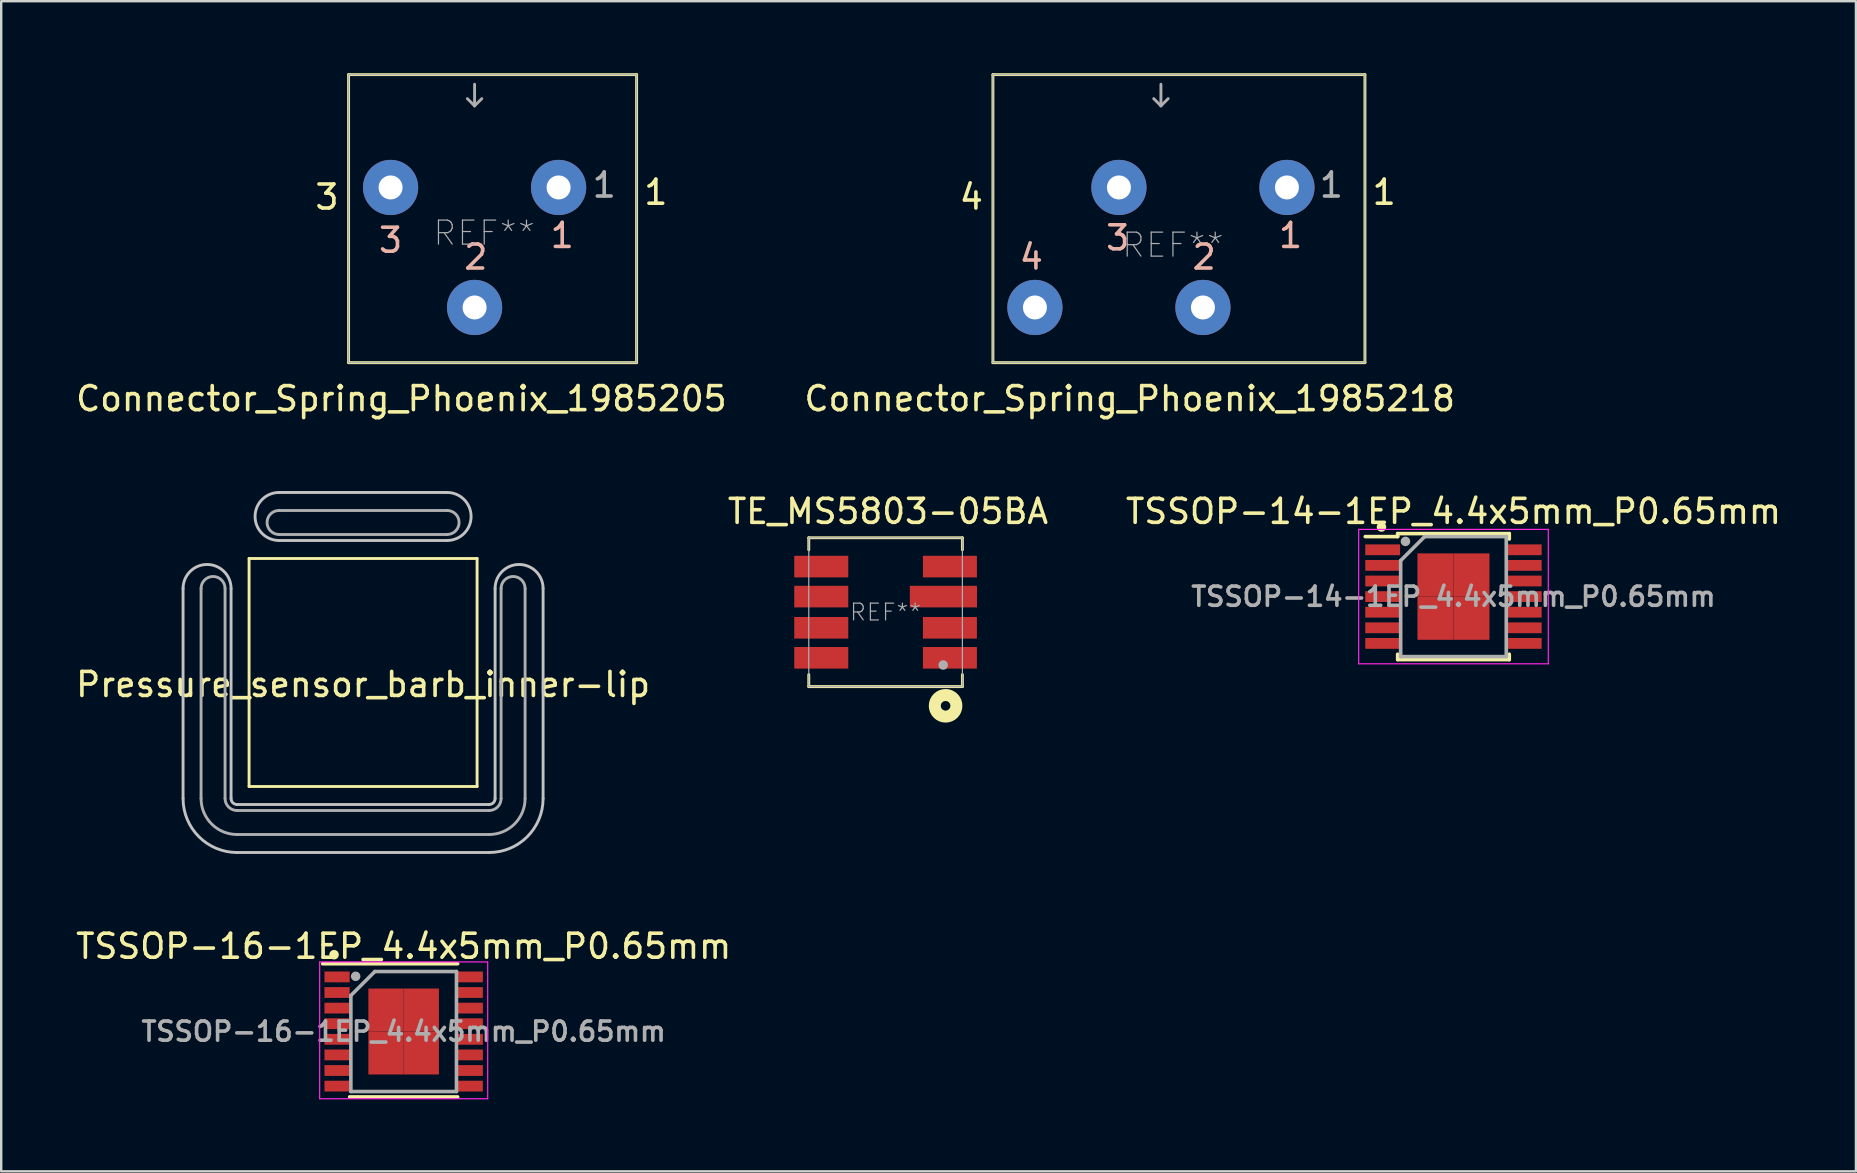
<source format=kicad_pcb>
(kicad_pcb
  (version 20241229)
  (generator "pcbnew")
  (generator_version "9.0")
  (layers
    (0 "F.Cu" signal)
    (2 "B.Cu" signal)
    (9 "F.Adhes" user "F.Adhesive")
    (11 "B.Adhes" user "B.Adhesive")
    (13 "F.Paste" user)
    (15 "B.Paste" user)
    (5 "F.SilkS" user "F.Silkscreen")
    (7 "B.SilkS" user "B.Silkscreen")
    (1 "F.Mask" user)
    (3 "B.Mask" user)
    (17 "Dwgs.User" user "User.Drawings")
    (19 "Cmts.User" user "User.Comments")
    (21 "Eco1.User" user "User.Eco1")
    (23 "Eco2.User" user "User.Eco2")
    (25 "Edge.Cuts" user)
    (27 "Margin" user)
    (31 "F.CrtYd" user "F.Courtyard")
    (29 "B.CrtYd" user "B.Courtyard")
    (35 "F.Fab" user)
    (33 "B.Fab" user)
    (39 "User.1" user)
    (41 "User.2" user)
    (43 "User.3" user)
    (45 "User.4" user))
  (footprint "TE_MS5803-05BA"
    (layer "F.Cu")
    (at 33.846 22.456)
    (property "Reference" "TE_MS5803-05BA" (at 0.1 -4.2 0) (layer "F.SilkS") (effects (font (size 1 1) (thickness 0.15))))
    (attr smd)
    (fp_line (start -3.2 -3.1) (end 3.2 -3.1) (stroke (width 0.12) (type solid)) (layer "F.SilkS"))
    (fp_line (start -3.2 -2.6) (end -3.2 -3.1) (stroke (width 0.12) (type solid)) (layer "F.SilkS"))
    (fp_line (start -3.2 3.1) (end -3.2 2.6) (stroke (width 0.12) (type solid)) (layer "F.SilkS"))
    (fp_line (start -3.2 3.1) (end 3.2 3.1) (stroke (width 0.12) (type solid)) (layer "F.SilkS"))
    (fp_line (start 3.2 -3.1) (end 3.2 -2.6) (stroke (width 0.12) (type solid)) (layer "F.SilkS"))
    (fp_line (start 3.2 3.1) (end 3.2 2.6) (stroke (width 0.12) (type solid)) (layer "F.SilkS"))
    (fp_circle (center 2.5 3.9) (end 2.7 3.9) (stroke (width 0.5) (type solid)) (fill no) (layer "F.SilkS"))
    (fp_line (start -3.2 -3.1) (end 3.2 -3.1) (stroke (width 0.05) (type solid)) (layer "F.Fab"))
    (fp_line (start -3.2 3.1) (end -3.2 -3.1) (stroke (width 0.05) (type solid)) (layer "F.Fab"))
    (fp_line (start 3.2 -3.1) (end 3.2 3.1) (stroke (width 0.05) (type solid)) (layer "F.Fab"))
    (fp_line (start 3.2 3.1) (end -3.2 3.1) (stroke (width 0.05) (type solid)) (layer "F.Fab"))
    (fp_circle (center 2.4 2.2) (end 2.5 2.2) (stroke (width 0.2) (type solid)) (fill no) (layer "F.Fab"))
    (fp_text user "REF**" (at 0 0 0) (layer "F.Fab") (effects (font (size 0.7 0.7) (thickness 0.05))))
    (pad "1" smd rect (at 2.68 1.9) (size 2.25 0.9) (layers "F.Cu" "F.Mask" "F.Paste"))
    (pad "2" smd rect (at 2.68 0.65) (size 2.25 0.9) (layers "F.Cu" "F.Mask" "F.Paste"))
    (pad "3" smd rect (at 2.41 -0.65) (size 2.8 0.9) (layers "F.Cu" "F.Mask" "F.Paste"))
    (pad "4" smd rect (at 2.68 -1.9) (size 2.25 0.9) (layers "F.Cu" "F.Mask" "F.Paste"))
    (pad "5" smd rect (at -2.68 -1.9) (size 2.25 0.9) (layers "F.Cu" "F.Mask" "F.Paste"))
    (pad "6" smd rect (at -2.68 -0.65) (size 2.25 0.9) (layers "F.Cu" "F.Mask" "F.Paste"))
    (pad "7" smd rect (at -2.68 0.65) (size 2.25 0.9) (layers "F.Cu" "F.Mask" "F.Paste"))
    (pad "8" smd rect (at -2.68 1.9) (size 2.25 0.9) (layers "F.Cu" "F.Mask" "F.Paste")))
  (footprint "TSSOP-16-1EP_4.4x5mm_P0.65mm"
    (layer "F.Cu")
    (at 13.768 39.926)
    (property "Reference" "TSSOP-16-1EP_4.4x5mm_P0.65mm" (at 0 -3.55 0) (layer "F.SilkS") (effects (font (size 1 1) (thickness 0.15))))
    (attr smd)
    (fp_line (start -3.375 -2.825) (end 2.25 -2.825) (stroke (width 0.15) (type solid)) (layer "F.SilkS"))
    (fp_line (start -2.25 2.725) (end 2.25 2.725) (stroke (width 0.15) (type solid)) (layer "F.SilkS"))
    (fp_circle (center -2.9 -3.2) (end -2.8 -3.2) (stroke (width 0.2) (type solid)) (fill no) (layer "F.SilkS"))
    (fp_line (start -3.5 -2.9) (end -3.5 2.8) (stroke (width 0.05) (type solid)) (layer "F.CrtYd"))
    (fp_line (start -3.5 -2.9) (end 3.5 -2.9) (stroke (width 0.05) (type solid)) (layer "F.CrtYd"))
    (fp_line (start -3.5 2.8) (end 3.5 2.8) (stroke (width 0.05) (type solid)) (layer "F.CrtYd"))
    (fp_line (start 3.5 -2.9) (end 3.5 2.8) (stroke (width 0.05) (type solid)) (layer "F.CrtYd"))
    (fp_line (start -2.2 -1.5) (end -1.2 -2.5) (stroke (width 0.15) (type solid)) (layer "F.Fab"))
    (fp_line (start -2.2 2.5) (end -2.2 -1.5) (stroke (width 0.15) (type solid)) (layer "F.Fab"))
    (fp_line (start -1.2 -2.5) (end 2.2 -2.5) (stroke (width 0.15) (type solid)) (layer "F.Fab"))
    (fp_line (start 2.2 -2.5) (end 2.2 2.5) (stroke (width 0.15) (type solid)) (layer "F.Fab"))
    (fp_line (start 2.2 2.5) (end -2.2 2.5) (stroke (width 0.15) (type solid)) (layer "F.Fab"))
    (fp_circle (center -2 -2.3) (end -1.9 -2.3) (stroke (width 0.2) (type solid)) (fill no) (layer "F.Fab"))
    (fp_text user "${REFERENCE}" (at 0 0 0) (layer "F.Fab") (effects (font (size 0.8 0.8) (thickness 0.15))))
    (pad "1" smd rect (at -2.775 -2.275) (size 1.05 0.45) (layers "F.Cu" "F.Mask" "F.Paste"))
    (pad "2" smd rect (at -2.775 -1.625) (size 1.05 0.45) (layers "F.Cu" "F.Mask" "F.Paste"))
    (pad "3" smd rect (at -2.775 -0.975) (size 1.05 0.45) (layers "F.Cu" "F.Mask" "F.Paste"))
    (pad "4" smd rect (at -2.775 -0.325) (size 1.05 0.45) (layers "F.Cu" "F.Mask" "F.Paste"))
    (pad "5" smd rect (at -2.775 0.325) (size 1.05 0.45) (layers "F.Cu" "F.Mask" "F.Paste"))
    (pad "6" smd rect (at -2.775 0.975) (size 1.05 0.45) (layers "F.Cu" "F.Mask" "F.Paste"))
    (pad "7" smd rect (at -2.775 1.625) (size 1.05 0.45) (layers "F.Cu" "F.Mask" "F.Paste"))
    (pad "8" smd rect (at -2.775 2.275) (size 1.05 0.45) (layers "F.Cu" "F.Mask" "F.Paste"))
    (pad "9" smd rect (at 2.775 2.275) (size 1.05 0.45) (layers "F.Cu" "F.Mask" "F.Paste"))
    (pad "10" smd rect (at 2.775 1.625) (size 1.05 0.45) (layers "F.Cu" "F.Mask" "F.Paste"))
    (pad "11" smd rect (at 2.775 0.975) (size 1.05 0.45) (layers "F.Cu" "F.Mask" "F.Paste"))
    (pad "12" smd rect (at 2.775 0.325) (size 1.05 0.45) (layers "F.Cu" "F.Mask" "F.Paste"))
    (pad "13" smd rect (at 2.775 -0.325) (size 1.05 0.45) (layers "F.Cu" "F.Mask" "F.Paste"))
    (pad "14" smd rect (at 2.775 -0.975) (size 1.05 0.45) (layers "F.Cu" "F.Mask" "F.Paste"))
    (pad "15" smd rect (at 2.775 -1.625) (size 1.05 0.45) (layers "F.Cu" "F.Mask" "F.Paste"))
    (pad "16" smd rect (at 2.775 -2.275) (size 1.05 0.45) (layers "F.Cu" "F.Mask" "F.Paste"))
    (pad "17" smd rect (at -0.735 -1.343) (size 1.47 0.895) (layers "F.Cu" "F.Mask" "F.Paste"))
    (pad "17" smd rect (at -0.735 -0.448) (size 1.47 0.895) (layers "F.Cu" "F.Mask" "F.Paste"))
    (pad "17" smd rect (at -0.735 0.448) (size 1.47 0.895) (layers "F.Cu" "F.Mask" "F.Paste"))
    (pad "17" smd rect (at -0.735 1.343) (size 1.47 0.895) (layers "F.Cu" "F.Mask" "F.Paste"))
    (pad "17" smd rect (at 0.735 -1.343) (size 1.47 0.895) (layers "F.Cu" "F.Mask" "F.Paste"))
    (pad "17" smd rect (at 0.735 -0.448) (size 1.47 0.895) (layers "F.Cu" "F.Mask" "F.Paste"))
    (pad "17" smd rect (at 0.735 0.448) (size 1.47 0.895) (layers "F.Cu" "F.Mask" "F.Paste"))
    (pad "17" smd rect (at 0.735 1.343) (size 1.47 0.895) (layers "F.Cu" "F.Mask" "F.Paste")))
  (footprint "TSSOP-14-1EP_4.4x5mm_P0.65mm"
    (layer "F.Cu")
    (at 57.506 21.806)
    (property "Reference" "TSSOP-14-1EP_4.4x5mm_P0.65mm" (at 0 -3.55 0) (layer "F.SilkS") (effects (font (size 1 1) (thickness 0.15))))
    (attr smd)
    (fp_line (start -2.325 -2.625) (end -2.325 -2.5) (stroke (width 0.15) (type solid)) (layer "F.SilkS"))
    (fp_line (start -2.325 -2.625) (end 2.325 -2.625) (stroke (width 0.15) (type solid)) (layer "F.SilkS"))
    (fp_line (start -2.325 -2.5) (end -3.675 -2.5) (stroke (width 0.15) (type solid)) (layer "F.SilkS"))
    (fp_line (start -2.325 2.625) (end -2.325 2.4) (stroke (width 0.15) (type solid)) (layer "F.SilkS"))
    (fp_line (start -2.325 2.625) (end 2.325 2.625) (stroke (width 0.15) (type solid)) (layer "F.SilkS"))
    (fp_line (start 2.325 -2.625) (end 2.325 -2.4) (stroke (width 0.15) (type solid)) (layer "F.SilkS"))
    (fp_line (start 2.325 2.625) (end 2.325 2.4) (stroke (width 0.15) (type solid)) (layer "F.SilkS"))
    (fp_circle (center -3 -2.9) (end -2.9 -2.9) (stroke (width 0.2) (type solid)) (fill no) (layer "F.SilkS"))
    (fp_line (start -3.95 -2.8) (end -3.95 2.8) (stroke (width 0.05) (type solid)) (layer "F.CrtYd"))
    (fp_line (start -3.95 -2.8) (end 3.95 -2.8) (stroke (width 0.05) (type solid)) (layer "F.CrtYd"))
    (fp_line (start -3.95 2.8) (end 3.95 2.8) (stroke (width 0.05) (type solid)) (layer "F.CrtYd"))
    (fp_line (start 3.95 -2.8) (end 3.95 2.8) (stroke (width 0.05) (type solid)) (layer "F.CrtYd"))
    (fp_line (start -2.2 -1.5) (end -1.2 -2.5) (stroke (width 0.15) (type solid)) (layer "F.Fab"))
    (fp_line (start -2.2 2.5) (end -2.2 -1.5) (stroke (width 0.15) (type solid)) (layer "F.Fab"))
    (fp_line (start -1.2 -2.5) (end 2.2 -2.5) (stroke (width 0.15) (type solid)) (layer "F.Fab"))
    (fp_line (start 2.2 -2.5) (end 2.2 2.5) (stroke (width 0.15) (type solid)) (layer "F.Fab"))
    (fp_line (start 2.2 2.5) (end -2.2 2.5) (stroke (width 0.15) (type solid)) (layer "F.Fab"))
    (fp_circle (center -2 -2.3) (end -1.9 -2.3) (stroke (width 0.2) (type solid)) (fill no) (layer "F.Fab"))
    (fp_text user "${REFERENCE}" (at 0 0 0) (layer "F.Fab") (effects (font (size 0.8 0.8) (thickness 0.15))))
    (pad "1" smd rect (at -2.95 -1.95) (size 1.45 0.45) (layers "F.Cu" "F.Mask" "F.Paste"))
    (pad "2" smd rect (at -2.95 -1.3) (size 1.45 0.45) (layers "F.Cu" "F.Mask" "F.Paste"))
    (pad "3" smd rect (at -2.95 -0.65) (size 1.45 0.45) (layers "F.Cu" "F.Mask" "F.Paste"))
    (pad "4" smd rect (at -2.95 0) (size 1.45 0.45) (layers "F.Cu" "F.Mask" "F.Paste"))
    (pad "5" smd rect (at -2.95 0.65) (size 1.45 0.45) (layers "F.Cu" "F.Mask" "F.Paste"))
    (pad "6" smd rect (at -2.95 1.3) (size 1.45 0.45) (layers "F.Cu" "F.Mask" "F.Paste"))
    (pad "7" smd rect (at -2.95 1.95) (size 1.45 0.45) (layers "F.Cu" "F.Mask" "F.Paste"))
    (pad "8" smd rect (at 2.95 1.95) (size 1.45 0.45) (layers "F.Cu" "F.Mask" "F.Paste"))
    (pad "9" smd rect (at 2.95 1.3) (size 1.45 0.45) (layers "F.Cu" "F.Mask" "F.Paste"))
    (pad "10" smd rect (at 2.95 0.65) (size 1.45 0.45) (layers "F.Cu" "F.Mask" "F.Paste"))
    (pad "11" smd rect (at 2.95 0) (size 1.45 0.45) (layers "F.Cu" "F.Mask" "F.Paste"))
    (pad "12" smd rect (at 2.95 -0.65) (size 1.45 0.45) (layers "F.Cu" "F.Mask" "F.Paste"))
    (pad "13" smd rect (at 2.95 -1.3) (size 1.45 0.45) (layers "F.Cu" "F.Mask" "F.Paste"))
    (pad "14" smd rect (at 2.95 -1.95) (size 1.45 0.45) (layers "F.Cu" "F.Mask" "F.Paste"))
    (pad "15" smd rect (at -0.75 -0.9) (size 1.5 1.8) (layers "F.Cu" "F.Mask" "F.Paste"))
    (pad "15" smd rect (at -0.75 0.9) (size 1.5 1.8) (layers "F.Cu" "F.Mask" "F.Paste"))
    (pad "15" smd rect (at 0.75 -0.9) (size 1.5 1.8) (layers "F.Cu" "F.Mask" "F.Paste"))
    (pad "15" smd rect (at 0.75 0.9) (size 1.5 1.8) (layers "F.Cu" "F.Mask" "F.Paste")))
  (footprint "Connector_Spring_Phoenix_1985205"
    (layer "F.Cu")
    (at 16.723 4.76)
    (property "Reference" "Connector_Spring_Phoenix_1985205" (at -3.05 8.8 0) (layer "F.SilkS") (effects (font (size 1 1) (thickness 0.15))))
    (attr through_hole)
    (fp_line (start -5.25 -4.7) (end 6.75 -4.7) (stroke (width 0.12) (type solid)) (layer "F.SilkS"))
    (fp_line (start -5.25 7.3) (end -5.25 -4.7) (stroke (width 0.12) (type solid)) (layer "F.SilkS"))
    (fp_line (start 6.75 -4.7) (end 6.75 7.3) (stroke (width 0.12) (type solid)) (layer "F.SilkS"))
    (fp_line (start 6.75 7.3) (end -5.25 7.3) (stroke (width 0.12) (type solid)) (layer "F.SilkS"))
    (fp_line (start -5.25 -4.7) (end -5.25 7.3) (stroke (width 0.05) (type solid)) (layer "F.Fab"))
    (fp_line (start -5.25 -4.7) (end 6.75 -4.7) (stroke (width 0.05) (type solid)) (layer "F.Fab"))
    (fp_line (start -5.25 7.3) (end 6.75 7.3) (stroke (width 0.05) (type solid)) (layer "F.Fab"))
    (fp_line (start 0 -4.3) (end 0 -3.4) (stroke (width 0.12) (type solid)) (layer "F.Fab"))
    (fp_line (start 0 -3.4) (end -0.3 -3.7) (stroke (width 0.12) (type solid)) (layer "F.Fab"))
    (fp_line (start 0 -3.4) (end 0.3 -3.7) (stroke (width 0.12) (type solid)) (layer "F.Fab"))
    (fp_line (start 6.75 7.3) (end 6.75 -4.7) (stroke (width 0.05) (type solid)) (layer "F.Fab"))
    (fp_text user "1" (at 7.55 0.2 0) (layer "F.SilkS") (effects (font (size 1 1) (thickness 0.15))))
    (fp_text user "3" (at -6.15 0.4 0) (layer "F.SilkS") (effects (font (size 1 1) (thickness 0.15))))
    (fp_text user "3" (at -3.5 2.2 0) (layer "B.SilkS") (effects (font (size 1 1) (thickness 0.15))))
    (fp_text user "1" (at 3.65 2 0) (layer "B.SilkS") (effects (font (size 1 1) (thickness 0.15))))
    (fp_text user "2" (at 0.05 2.9 0) (layer "B.SilkS") (effects (font (size 1 1) (thickness 0.15))))
    (fp_text user "1" (at 5.4 -0.1 0) (layer "F.Fab") (effects (font (size 1 1) (thickness 0.15))))
    (fp_text user "REF**" (at 0.4 1.9 0) (layer "F.Fab") (effects (font (size 1 1) (thickness 0.05))))
    (pad "1" thru_hole circle (at 3.5 0) (size 2.3 2.3) (drill 1) (layers "*.Cu" "*.Mask"))
    (pad "2" thru_hole circle (at 0 5) (size 2.3 2.3) (drill 1) (layers "*.Cu" "*.Mask"))
    (pad "3" thru_hole circle (at -3.5 0) (size 2.3 2.3) (drill 1) (layers "*.Cu" "*.Mask")))
  (footprint "Pressure_sensor_barb_inner-lip"
    (layer "F.Cu")
    (at 12.077 24.968)
    (property "Reference" "Pressure_sensor_barb_inner-lip" (at 0 0.5 0) (layer "F.SilkS") (effects (font (size 1 1) (thickness 0.15))))
    (attr exclude_from_pos_files exclude_from_bom)
    (fp_line (start -4.75 -4.75) (end 4.75 -4.75) (stroke (width 0.12) (type solid)) (layer "F.SilkS"))
    (fp_line (start -4.75 4.75) (end -4.75 -4.75) (stroke (width 0.12) (type solid)) (layer "F.SilkS"))
    (fp_line (start -4.75 4.75) (end 4.75 4.75) (stroke (width 0.12) (type solid)) (layer "F.SilkS"))
    (fp_line (start 4.75 4.75) (end 4.75 -4.75) (stroke (width 0.12) (type solid)) (layer "F.SilkS"))
    (fp_line (start -7.5 -3.5) (end -7.5 5.25) (stroke (width 0.12) (type solid)) (layer "Dwgs.User"))
    (fp_line (start -5.5 5.25) (end -5.5 -3.5) (stroke (width 0.12) (type solid)) (layer "Dwgs.User"))
    (fp_line (start -5.25 5.5) (end 5.25 5.5) (stroke (width 0.12) (type solid)) (layer "Dwgs.User"))
    (fp_line (start -5.25 7.5) (end 5.25 7.5) (stroke (width 0.12) (type solid)) (layer "Dwgs.User"))
    (fp_line (start -3.5 -7.5) (end 3.5 -7.5) (stroke (width 0.12) (type solid)) (layer "Dwgs.User"))
    (fp_line (start -3.5 -5.5) (end 3.5 -5.5) (stroke (width 0.12) (type solid)) (layer "Dwgs.User"))
    (fp_line (start 5.5 -3.5) (end 5.5 5.25) (stroke (width 0.12) (type solid)) (layer "Dwgs.User"))
    (fp_line (start 7.5 5.25) (end 7.5 -3.5) (stroke (width 0.12) (type solid)) (layer "Dwgs.User"))
    (fp_arc (start -7.5 -3.5) (mid -6.5 -4.5) (end -5.5 -3.5) (stroke (width 0.12) (type solid)) (layer "Dwgs.User"))
    (fp_arc (start -5.25 5.5) (mid -5.426777 5.426777) (end -5.5 5.25) (stroke (width 0.12) (type solid)) (layer "Dwgs.User"))
    (fp_arc (start -5.25 7.5) (mid -6.84099 6.84099) (end -7.5 5.25) (stroke (width 0.12) (type solid)) (layer "Dwgs.User"))
    (fp_arc (start -3.5 -5.5) (mid -4.5 -6.5) (end -3.5 -7.5) (stroke (width 0.12) (type solid)) (layer "Dwgs.User"))
    (fp_arc (start 3.5 -7.5) (mid 4.5 -6.5) (end 3.5 -5.5) (stroke (width 0.12) (type solid)) (layer "Dwgs.User"))
    (fp_arc (start 5.5 -3.5) (mid 6.5 -4.5) (end 7.5 -3.5) (stroke (width 0.12) (type solid)) (layer "Dwgs.User"))
    (fp_arc (start 5.5 5.25) (mid 5.426777 5.426777) (end 5.25 5.5) (stroke (width 0.12) (type solid)) (layer "Dwgs.User"))
    (fp_arc (start 7.5 5.25) (mid 6.84099 6.84099) (end 5.25 7.5) (stroke (width 0.12) (type solid)) (layer "Dwgs.User"))
    (fp_line (start -6.75 -3.5) (end -6.75 5.25) (stroke (width 0.12) (type solid)) (layer "F.Fab"))
    (fp_line (start -5.75 5.25) (end -5.75 -3.5) (stroke (width 0.12) (type solid)) (layer "F.Fab"))
    (fp_line (start -5.25 6.75) (end 5.25 6.75) (stroke (width 0.12) (type solid)) (layer "F.Fab"))
    (fp_line (start -3.5 -5.75) (end 3.5 -5.75) (stroke (width 0.12) (type solid)) (layer "F.Fab"))
    (fp_line (start 3.5 -6.75) (end -3.5 -6.75) (stroke (width 0.12) (type solid)) (layer "F.Fab"))
    (fp_line (start 5.25 5.75) (end -5.25 5.75) (stroke (width 0.12) (type solid)) (layer "F.Fab"))
    (fp_line (start 5.75 -3.5) (end 5.75 5.25) (stroke (width 0.12) (type solid)) (layer "F.Fab"))
    (fp_line (start 6.75 5.25) (end 6.75 -3.5) (stroke (width 0.12) (type solid)) (layer "F.Fab"))
    (fp_arc (start -6.75 -3.5) (mid -6.25 -4) (end -5.75 -3.5) (stroke (width 0.12) (type solid)) (layer "F.Fab"))
    (fp_arc (start -5.25 5.75) (mid -5.603553 5.603553) (end -5.75 5.25) (stroke (width 0.12) (type solid)) (layer "F.Fab"))
    (fp_arc (start -5.25 6.75) (mid -6.31066 6.31066) (end -6.75 5.25) (stroke (width 0.12) (type solid)) (layer "F.Fab"))
    (fp_arc (start -3.5 -5.75) (mid -4 -6.25) (end -3.5 -6.75) (stroke (width 0.12) (type solid)) (layer "F.Fab"))
    (fp_arc (start 3.5 -6.75) (mid 4 -6.25) (end 3.5 -5.75) (stroke (width 0.12) (type solid)) (layer "F.Fab"))
    (fp_arc (start 5.75 -3.5) (mid 6.25 -4) (end 6.75 -3.5) (stroke (width 0.12) (type solid)) (layer "F.Fab"))
    (fp_arc (start 5.75 5.25) (mid 5.603553 5.603553) (end 5.25 5.75) (stroke (width 0.12) (type solid)) (layer "F.Fab"))
    (fp_arc (start 6.75 5.25) (mid 6.31066 6.31066) (end 5.25 6.75) (stroke (width 0.12) (type solid)) (layer "F.Fab")))
  (footprint "Connector_Spring_Phoenix_1985218"
    (layer "F.Cu")
    (at 45.318 4.76)
    (property "Reference" "Connector_Spring_Phoenix_1985218" (at -1.3 8.8 0) (layer "F.SilkS") (effects (font (size 1 1) (thickness 0.15))))
    (attr through_hole)
    (fp_line (start -7 -4.7) (end 8.5 -4.7) (stroke (width 0.12) (type solid)) (layer "F.SilkS"))
    (fp_line (start -7 7.3) (end -7 -4.7) (stroke (width 0.12) (type solid)) (layer "F.SilkS"))
    (fp_line (start 8.5 -4.7) (end 8.5 7.3) (stroke (width 0.12) (type solid)) (layer "F.SilkS"))
    (fp_line (start 8.5 7.3) (end -7 7.3) (stroke (width 0.12) (type solid)) (layer "F.SilkS"))
    (fp_line (start -7 -4.7) (end -7 7.3) (stroke (width 0.05) (type solid)) (layer "F.Fab"))
    (fp_line (start -7 -4.7) (end 8.5 -4.7) (stroke (width 0.05) (type solid)) (layer "F.Fab"))
    (fp_line (start -7 7.3) (end 8.5 7.3) (stroke (width 0.05) (type solid)) (layer "F.Fab"))
    (fp_line (start 0 -4.3) (end 0 -3.4) (stroke (width 0.12) (type solid)) (layer "F.Fab"))
    (fp_line (start 0 -3.4) (end -0.3 -3.7) (stroke (width 0.12) (type solid)) (layer "F.Fab"))
    (fp_line (start 0 -3.4) (end 0.3 -3.7) (stroke (width 0.12) (type solid)) (layer "F.Fab"))
    (fp_line (start 8.5 7.3) (end 8.5 -4.7) (stroke (width 0.05) (type solid)) (layer "F.Fab"))
    (fp_text user "1" (at 9.3 0.2 0) (layer "F.SilkS") (effects (font (size 1 1) (thickness 0.15))))
    (fp_text user "4" (at -7.9 0.4 0) (layer "F.SilkS") (effects (font (size 1 1) (thickness 0.15))))
    (fp_text user "4" (at -5.4 2.9 0) (layer "B.SilkS") (effects (font (size 1 1) (thickness 0.15))))
    (fp_text user "1" (at 5.4 2 0) (layer "B.SilkS") (effects (font (size 1 1) (thickness 0.15))))
    (fp_text user "2" (at 1.8 2.9 0) (layer "B.SilkS") (effects (font (size 1 1) (thickness 0.15))))
    (fp_text user "3" (at -1.8 2.1 0) (layer "B.SilkS") (effects (font (size 1 1) (thickness 0.15))))
    (fp_text user "1" (at 7.1 -0.1 0) (layer "F.Fab") (effects (font (size 1 1) (thickness 0.15))))
    (fp_text user "REF**" (at 0.5 2.4 0) (layer "F.Fab") (effects (font (size 1 1) (thickness 0.05))))
    (pad "1" thru_hole circle (at 5.25 0) (size 2.3 2.3) (drill 1) (layers "*.Cu" "*.Mask"))
    (pad "2" thru_hole circle (at 1.75 5) (size 2.3 2.3) (drill 1) (layers "*.Cu" "*.Mask"))
    (pad "3" thru_hole circle (at -1.75 0) (size 2.3 2.3) (drill 1) (layers "*.Cu" "*.Mask"))
    (pad "4" thru_hole circle (at -5.25 5) (size 2.3 2.3) (drill 1) (layers "*.Cu" "*.Mask")))
  (gr_rect
    (start -3 -3)
    (end 74.274 45.752)
    (stroke (width 0.1) (type default))
    (fill no)
    (layer "Edge.Cuts")))
</source>
